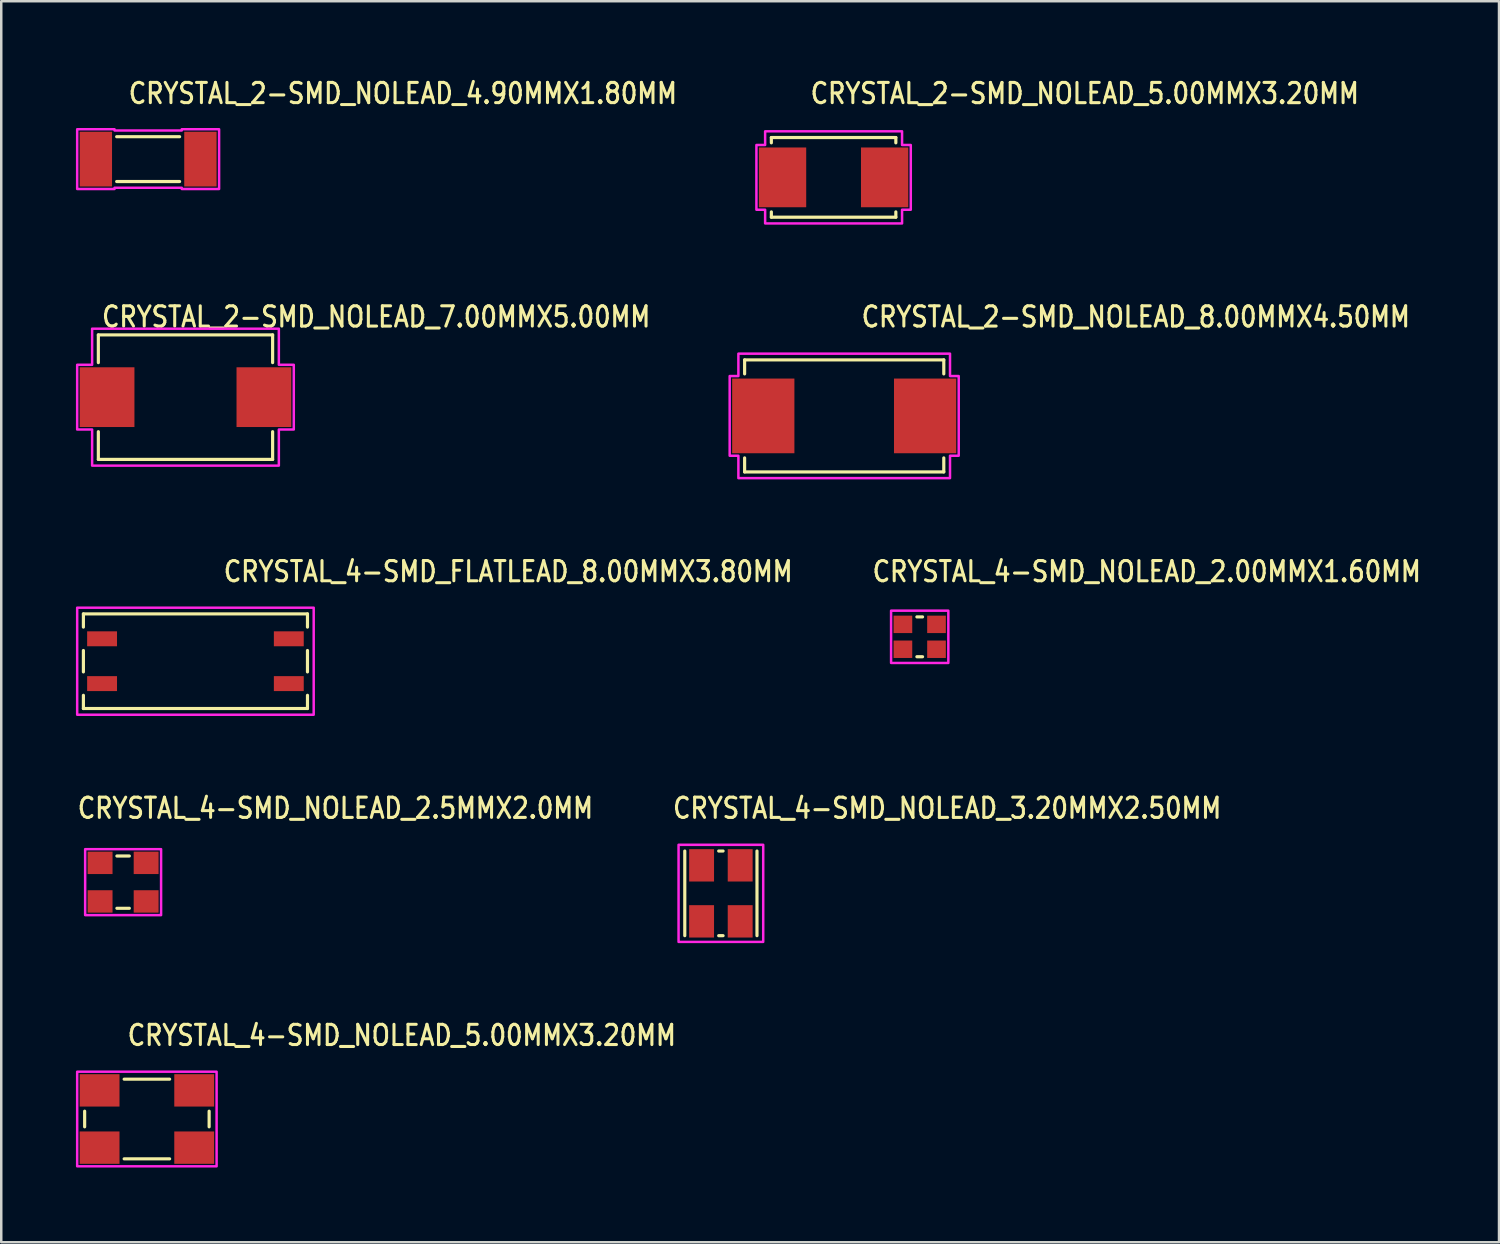
<source format=kicad_pcb>
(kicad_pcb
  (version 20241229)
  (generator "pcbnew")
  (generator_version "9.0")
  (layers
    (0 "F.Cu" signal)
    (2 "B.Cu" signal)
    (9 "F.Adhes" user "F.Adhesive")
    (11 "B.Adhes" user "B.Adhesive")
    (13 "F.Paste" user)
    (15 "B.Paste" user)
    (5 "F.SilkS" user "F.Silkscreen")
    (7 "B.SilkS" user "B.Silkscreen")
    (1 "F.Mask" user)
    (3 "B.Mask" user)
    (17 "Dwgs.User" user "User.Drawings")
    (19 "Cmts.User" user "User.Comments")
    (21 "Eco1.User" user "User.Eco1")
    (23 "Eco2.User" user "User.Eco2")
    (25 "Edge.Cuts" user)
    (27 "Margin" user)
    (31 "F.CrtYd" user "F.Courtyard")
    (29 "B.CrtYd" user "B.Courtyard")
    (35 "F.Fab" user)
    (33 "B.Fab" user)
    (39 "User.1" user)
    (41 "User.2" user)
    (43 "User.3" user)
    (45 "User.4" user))
  (footprint "CRYSTAL_4-SMD_NOLEAD_5.00MMX3.20MM"
    (layer "F.Cu")
    (at 2.85 41.896)
    (property "Reference" "CRYSTAL_4-SMD_NOLEAD_5.00MMX3.20MM" (at -0.845 -2.885 0) (unlocked yes) (layer "F.SilkS") (effects (font (size 0.813 0.695) (thickness 0.122)) (justify left bottom)))
    (fp_line (start -2.5 0.314) (end -2.5 -0.314) (stroke (width 0.127) (type solid)) (layer "F.SilkS"))
    (fp_line (start -0.913 -1.6) (end 0.913 -1.6) (stroke (width 0.127) (type solid)) (layer "F.SilkS"))
    (fp_line (start 0.913 1.6) (end -0.913 1.6) (stroke (width 0.127) (type solid)) (layer "F.SilkS"))
    (fp_line (start 2.5 0.314) (end 2.5 -0.314) (stroke (width 0.127) (type solid)) (layer "F.SilkS"))
    (fp_poly (pts (xy -2.8 1.9) (xy -2.8 -1.9) (xy 2.8 -1.9) (xy 2.8 1.9)) (stroke (width 0.1) (type solid)) (fill no) (layer "F.CrtYd"))
    (pad "1" smd rect (at -1.9 1.15) (size 1.6 1.3) (layers "F.Cu" "F.Mask" "F.Paste"))
    (pad "2" smd rect (at 1.9 1.15) (size 1.6 1.3) (layers "F.Cu" "F.Mask" "F.Paste"))
    (pad "3" smd rect (at 1.9 -1.15) (size 1.6 1.3) (layers "F.Cu" "F.Mask" "F.Paste"))
    (pad "4" smd rect (at -1.9 -1.15) (size 1.6 1.3) (layers "F.Cu" "F.Mask" "F.Paste")))
  (footprint "CRYSTAL_2-SMD_NOLEAD_5.00MMX3.20MM"
    (layer "F.Cu")
    (at 30.432 4.074)
    (property "Reference" "CRYSTAL_2-SMD_NOLEAD_5.00MMX3.20MM" (at -0.995 -2.895 0) (unlocked yes) (layer "F.SilkS") (effects (font (size 0.813 0.695) (thickness 0.122)) (justify left bottom)))
    (fp_line (start -2.5 -1.6) (end -2.5 -1.387) (stroke (width 0.127) (type solid)) (layer "F.SilkS"))
    (fp_line (start -2.5 -1.6) (end 2.5 -1.6) (stroke (width 0.127) (type solid)) (layer "F.SilkS"))
    (fp_line (start -2.5 1.6) (end -2.5 1.387) (stroke (width 0.127) (type solid)) (layer "F.SilkS"))
    (fp_line (start 2.5 -1.6) (end 2.5 -1.387) (stroke (width 0.127) (type solid)) (layer "F.SilkS"))
    (fp_line (start 2.5 1.6) (end -2.5 1.6) (stroke (width 0.127) (type solid)) (layer "F.SilkS"))
    (fp_line (start 2.5 1.6) (end 2.5 1.387) (stroke (width 0.127) (type solid)) (layer "F.SilkS"))
    (fp_poly (pts (xy -3.1 -1.3) (xy -2.75 -1.3) (xy -2.75 -1.85) (xy 2.75 -1.85) (xy 2.75 -1.3) (xy 3.1 -1.3) (xy 3.1 1.3) (xy 2.75 1.3) (xy 2.75 1.85) (xy -2.75 1.85) (xy -2.75 1.3) (xy -3.1 1.3)) (stroke (width 0.1) (type solid)) (fill no) (layer "F.CrtYd"))
    (pad "1" smd rect (at -2.05 0) (size 1.9 2.4) (layers "F.Cu" "F.Mask" "F.Paste"))
    (pad "2" smd rect (at 2.05 0) (size 1.9 2.4) (layers "F.Cu" "F.Mask" "F.Paste")))
  (footprint "CRYSTAL_4-SMD_NOLEAD_2.00MMX1.60MM"
    (layer "F.Cu")
    (at 33.891 22.528)
    (property "Reference" "CRYSTAL_4-SMD_NOLEAD_2.00MMX1.60MM" (at -1.965 -2.145 0) (unlocked yes) (layer "F.SilkS") (effects (font (size 0.813 0.695) (thickness 0.122)) (justify left bottom)))
    (fp_line (start -0.114 -0.8) (end 0.114 -0.8) (stroke (width 0.127) (type solid)) (layer "F.SilkS"))
    (fp_line (start 0.114 0.8) (end -0.114 0.8) (stroke (width 0.127) (type solid)) (layer "F.SilkS"))
    (fp_poly (pts (xy -1.15 1.05) (xy -1.15 -1.05) (xy 1.15 -1.05) (xy 1.15 1.05)) (stroke (width 0.1) (type solid)) (fill no) (layer "F.CrtYd"))
    (pad "1" smd rect (at -0.675 0.5) (size 0.75 0.7) (layers "F.Cu" "F.Mask" "F.Paste"))
    (pad "2" smd rect (at 0.675 0.5) (size 0.75 0.7) (layers "F.Cu" "F.Mask" "F.Paste"))
    (pad "3" smd rect (at 0.675 -0.5) (size 0.75 0.7) (layers "F.Cu" "F.Mask" "F.Paste"))
    (pad "4" smd rect (at -0.675 -0.5) (size 0.75 0.7) (layers "F.Cu" "F.Mask" "F.Paste")))
  (footprint "CRYSTAL_4-SMD_FLATLEAD_8.00MMX3.80MM"
    (layer "F.Cu")
    (at 4.8 23.508)
    (property "Reference" "CRYSTAL_4-SMD_FLATLEAD_8.00MMX3.80MM" (at 1.065 -3.125 0) (unlocked yes) (layer "F.SilkS") (effects (font (size 0.813 0.695) (thickness 0.122)) (justify left bottom)))
    (fp_line (start -4.5 -1.9) (end 4.5 -1.9) (stroke (width 0.127) (type solid)) (layer "F.SilkS"))
    (fp_line (start -4.5 -1.37) (end -4.5 -1.9) (stroke (width 0.127) (type solid)) (layer "F.SilkS"))
    (fp_line (start -4.5 0.43) (end -4.5 -0.43) (stroke (width 0.127) (type solid)) (layer "F.SilkS"))
    (fp_line (start -4.5 1.9) (end -4.5 1.37) (stroke (width 0.127) (type solid)) (layer "F.SilkS"))
    (fp_line (start 4.5 -1.9) (end 4.5 -1.37) (stroke (width 0.127) (type solid)) (layer "F.SilkS"))
    (fp_line (start 4.5 -0.43) (end 4.5 0.43) (stroke (width 0.127) (type solid)) (layer "F.SilkS"))
    (fp_line (start 4.5 1.37) (end 4.5 1.9) (stroke (width 0.127) (type solid)) (layer "F.SilkS"))
    (fp_line (start 4.5 1.9) (end -4.5 1.9) (stroke (width 0.127) (type solid)) (layer "F.SilkS"))
    (fp_poly (pts (xy -4.75 -2.15) (xy 4.75 -2.15) (xy 4.75 2.15) (xy -4.75 2.15)) (stroke (width 0.1) (type solid)) (fill no) (layer "F.CrtYd"))
    (pad "1" smd rect (at -3.75 0.9) (size 1.2 0.6) (layers "F.Cu" "F.Mask" "F.Paste"))
    (pad "2" smd rect (at 3.75 0.9) (size 1.2 0.6) (layers "F.Cu" "F.Mask" "F.Paste"))
    (pad "3" smd rect (at 3.75 -0.9) (size 1.2 0.6) (layers "F.Cu" "F.Mask" "F.Paste"))
    (pad "4" smd rect (at -3.75 -0.9) (size 1.2 0.6) (layers "F.Cu" "F.Mask" "F.Paste")))
  (footprint "CRYSTAL_4-SMD_NOLEAD_3.20MMX2.50MM"
    (layer "F.Cu")
    (at 25.905 32.832)
    (property "Reference" "CRYSTAL_4-SMD_NOLEAD_3.20MMX2.50MM" (at -1.995 -2.945 0) (unlocked yes) (layer "F.SilkS") (effects (font (size 0.813 0.695) (thickness 0.122)) (justify left bottom)))
    (fp_line (start -1.45 1.7) (end -1.45 -1.7) (stroke (width 0.127) (type solid)) (layer "F.SilkS"))
    (fp_line (start -0.088 -1.7) (end 0.088 -1.7) (stroke (width 0.127) (type solid)) (layer "F.SilkS"))
    (fp_line (start 0.088 1.7) (end -0.088 1.7) (stroke (width 0.127) (type solid)) (layer "F.SilkS"))
    (fp_line (start 1.45 -1.7) (end 1.45 1.7) (stroke (width 0.127) (type solid)) (layer "F.SilkS"))
    (fp_poly (pts (xy -1.7 -1.95) (xy 1.7 -1.95) (xy 1.7 1.95) (xy -1.7 1.95)) (stroke (width 0.1) (type solid)) (fill no) (layer "F.CrtYd"))
    (pad "1" smd rect (at -0.775 -1.125) (size 1 1.3) (layers "F.Cu" "F.Mask" "F.Paste"))
    (pad "2" smd rect (at -0.775 1.125) (size 1 1.3) (layers "F.Cu" "F.Mask" "F.Paste"))
    (pad "3" smd rect (at 0.775 1.125) (size 1 1.3) (layers "F.Cu" "F.Mask" "F.Paste"))
    (pad "4" smd rect (at 0.775 -1.125) (size 1 1.3) (layers "F.Cu" "F.Mask" "F.Paste")))
  (footprint "CRYSTAL_2-SMD_NOLEAD_8.00MMX4.50MM"
    (layer "F.Cu")
    (at 30.858 13.655)
    (property "Reference" "CRYSTAL_2-SMD_NOLEAD_8.00MMX4.50MM" (at 0.628 -3.503 0) (unlocked yes) (layer "F.SilkS") (effects (font (size 0.813 0.695) (thickness 0.122)) (justify left bottom)))
    (fp_line (start -4 -2.25) (end -4 -1.687) (stroke (width 0.127) (type solid)) (layer "F.SilkS"))
    (fp_line (start -4 -2.25) (end 4 -2.25) (stroke (width 0.127) (type solid)) (layer "F.SilkS"))
    (fp_line (start -4 2.25) (end -4 1.687) (stroke (width 0.127) (type solid)) (layer "F.SilkS"))
    (fp_line (start -4 2.25) (end 4 2.25) (stroke (width 0.127) (type solid)) (layer "F.SilkS"))
    (fp_line (start 4 -2.25) (end 4 -1.687) (stroke (width 0.127) (type solid)) (layer "F.SilkS"))
    (fp_line (start 4 2.25) (end 4 1.687) (stroke (width 0.127) (type solid)) (layer "F.SilkS"))
    (fp_poly (pts (xy -4.6 -1.6) (xy -4.25 -1.6) (xy -4.25 -2.5) (xy 4.25 -2.5) (xy 4.25 -1.6) (xy 4.6 -1.6) (xy 4.6 1.6) (xy 4.25 1.6) (xy 4.25 2.5) (xy -4.25 2.5) (xy -4.25 1.6) (xy -4.6 1.6)) (stroke (width 0.1) (type solid)) (fill no) (layer "F.CrtYd"))
    (pad "1" smd rect (at -3.25 0) (size 2.5 3) (layers "F.Cu" "F.Mask" "F.Paste"))
    (pad "2" smd rect (at 3.25 0) (size 2.5 3) (layers "F.Cu" "F.Mask" "F.Paste")))
  (footprint "CRYSTAL_4-SMD_NOLEAD_2.5MMX2.0MM"
    (layer "F.Cu")
    (at 1.895 32.382)
    (property "Reference" "CRYSTAL_4-SMD_NOLEAD_2.5MMX2.0MM" (at -1.895 -2.495 0) (unlocked yes) (layer "F.SilkS") (effects (font (size 0.813 0.695) (thickness 0.122)) (justify left bottom)))
    (fp_line (start -0.25 -1.05) (end 0.25 -1.05) (stroke (width 0.127) (type solid)) (layer "F.SilkS"))
    (fp_line (start 0.25 1.05) (end -0.25 1.05) (stroke (width 0.127) (type solid)) (layer "F.SilkS"))
    (fp_poly (pts (xy -1.525 -1.325) (xy 1.525 -1.325) (xy 1.525 1.325) (xy -1.525 1.325)) (stroke (width 0.1) (type solid)) (fill no) (layer "F.CrtYd"))
    (pad "1" smd rect (at -0.925 0.775) (size 1 0.9) (layers "F.Cu" "F.Mask" "F.Paste"))
    (pad "2" smd rect (at 0.925 0.775) (size 1 0.9) (layers "F.Cu" "F.Mask" "F.Paste"))
    (pad "3" smd rect (at 0.925 -0.775) (size 1 0.9) (layers "F.Cu" "F.Mask" "F.Paste"))
    (pad "4" smd rect (at -0.925 -0.775) (size 1 0.9) (layers "F.Cu" "F.Mask" "F.Paste")))
  (footprint "CRYSTAL_2-SMD_NOLEAD_7.00MMX5.00MM"
    (layer "F.Cu")
    (at 4.4 12.902)
    (property "Reference" "CRYSTAL_2-SMD_NOLEAD_7.00MMX5.00MM" (at -3.425 -2.75 0) (unlocked yes) (layer "F.SilkS") (effects (font (size 0.813 0.695) (thickness 0.122)) (justify left bottom)))
    (fp_line (start -3.5 -2.5) (end -3.5 -1.387) (stroke (width 0.127) (type solid)) (layer "F.SilkS"))
    (fp_line (start -3.5 -2.5) (end 3.5 -2.5) (stroke (width 0.127) (type solid)) (layer "F.SilkS"))
    (fp_line (start -3.5 2.5) (end -3.5 1.387) (stroke (width 0.127) (type solid)) (layer "F.SilkS"))
    (fp_line (start 3.5 -2.5) (end 3.5 -1.387) (stroke (width 0.127) (type solid)) (layer "F.SilkS"))
    (fp_line (start 3.5 2.5) (end -3.5 2.5) (stroke (width 0.127) (type solid)) (layer "F.SilkS"))
    (fp_line (start 3.5 2.5) (end 3.5 1.387) (stroke (width 0.127) (type solid)) (layer "F.SilkS"))
    (fp_poly (pts (xy -4.35 1.3) (xy -4.35 -1.3) (xy -3.75 -1.3) (xy -3.75 -2.75) (xy 3.75 -2.75) (xy 3.75 -1.3) (xy 4.35 -1.3) (xy 4.35 1.3) (xy 3.75 1.3) (xy 3.75 2.75) (xy -3.75 2.75) (xy -3.75 1.3)) (stroke (width 0.1) (type solid)) (fill no) (layer "F.CrtYd"))
    (pad "1" smd rect (at -3.15 0) (size 2.2 2.4) (layers "F.Cu" "F.Mask" "F.Paste"))
    (pad "2" smd rect (at 3.15 0) (size 2.2 2.4) (layers "F.Cu" "F.Mask" "F.Paste")))
  (footprint "CRYSTAL_2-SMD_NOLEAD_4.90MMX1.80MM"
    (layer "F.Cu")
    (at 2.9 3.341)
    (property "Reference" "CRYSTAL_2-SMD_NOLEAD_4.90MMX1.80MM" (at -0.852 -2.163 0) (unlocked yes) (layer "F.SilkS") (effects (font (size 0.813 0.695) (thickness 0.122)) (justify left bottom)))
    (fp_line (start -1.264 -0.9) (end 1.264 -0.9) (stroke (width 0.127) (type solid)) (layer "F.SilkS"))
    (fp_line (start -1.264 0.9) (end 1.264 0.9) (stroke (width 0.127) (type solid)) (layer "F.SilkS"))
    (fp_poly (pts (xy -2.85 1.2) (xy -2.85 -1.2) (xy -1.35 -1.2) (xy -1.35 -1.15) (xy 1.35 -1.15) (xy 1.35 -1.2) (xy 2.85 -1.2) (xy 2.85 1.2) (xy 1.35 1.2) (xy 1.35 1.15) (xy -1.35 1.15) (xy -1.35 1.2)) (stroke (width 0.1) (type solid)) (fill no) (layer "F.CrtYd"))
    (pad "1" smd rect (at -2.1 0) (size 1.3 2.2) (layers "F.Cu" "F.Mask" "F.Paste"))
    (pad "2" smd rect (at 2.1 0) (size 1.3 2.2) (layers "F.Cu" "F.Mask" "F.Paste")))
  (gr_rect
    (start -3 -3)
    (end 57.159 46.846)
    (stroke (width 0.1) (type default))
    (fill no)
    (layer "Edge.Cuts")))
</source>
